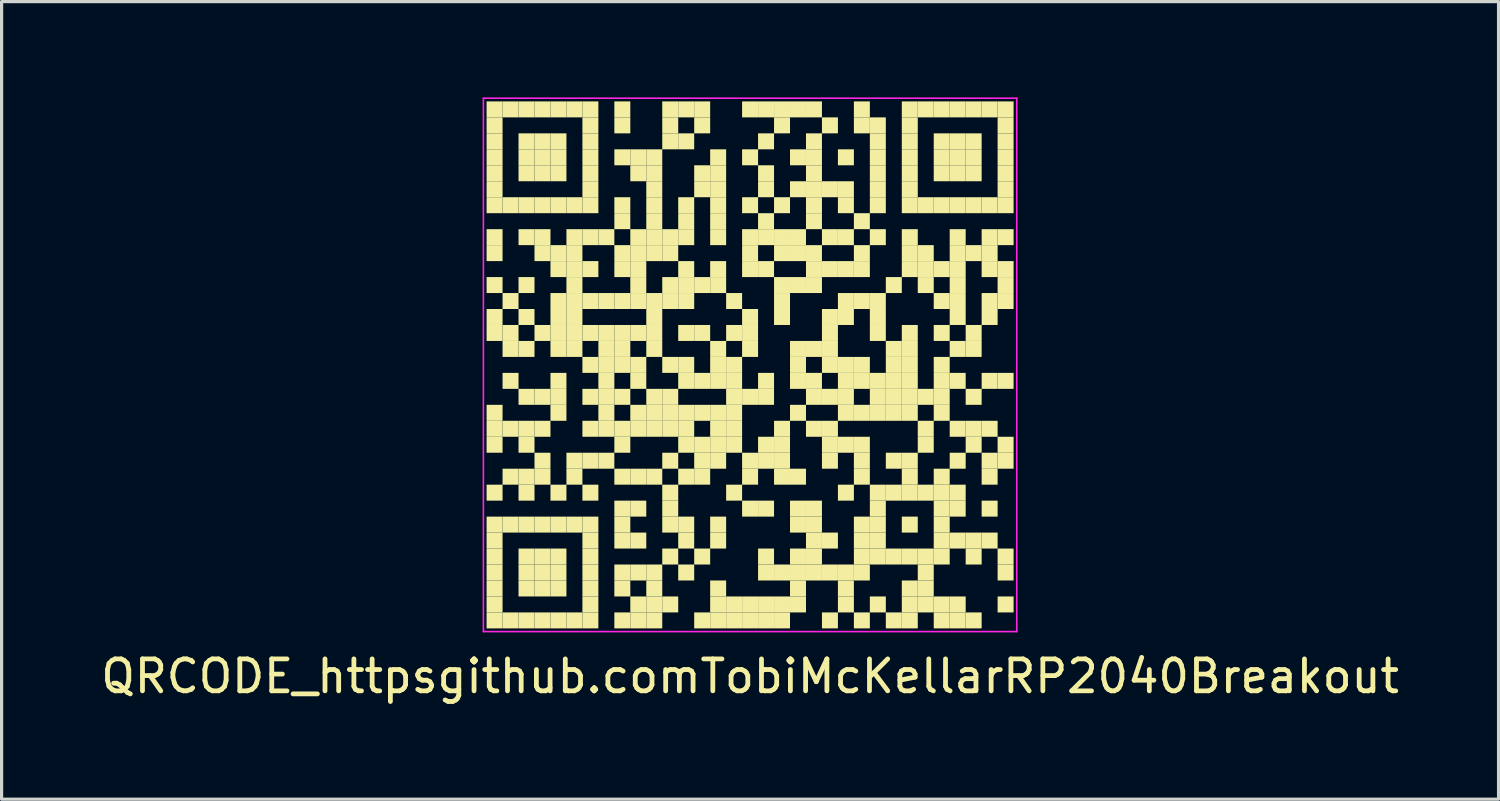
<source format=kicad_pcb>
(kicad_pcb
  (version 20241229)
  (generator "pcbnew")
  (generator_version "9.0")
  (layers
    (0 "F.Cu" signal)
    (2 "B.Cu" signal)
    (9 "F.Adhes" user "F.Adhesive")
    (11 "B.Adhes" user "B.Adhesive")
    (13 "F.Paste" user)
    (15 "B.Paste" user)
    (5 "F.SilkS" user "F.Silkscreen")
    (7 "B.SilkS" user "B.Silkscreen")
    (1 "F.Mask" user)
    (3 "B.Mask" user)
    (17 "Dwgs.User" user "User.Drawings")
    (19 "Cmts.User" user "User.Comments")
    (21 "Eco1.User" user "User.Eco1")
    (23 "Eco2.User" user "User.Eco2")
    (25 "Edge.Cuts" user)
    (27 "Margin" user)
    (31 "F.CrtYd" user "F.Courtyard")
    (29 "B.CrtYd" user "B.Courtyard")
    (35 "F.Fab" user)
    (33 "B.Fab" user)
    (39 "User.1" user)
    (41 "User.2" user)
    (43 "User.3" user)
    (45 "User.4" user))
  (footprint "QRCODE_httpsgithub.comTobiMcKellarRP2040Breakout"
    (layer "F.Cu")
    (at 20.435 8.375)
    (property "Reference" "QRCODE_httpsgithub.comTobiMcKellarRP2040Breakout" (at 0 9.75 0) (layer "F.SilkS") (effects (font (size 1 1) (thickness 0.15))))
    (fp_rect (start -8.25 -8.25) (end -7.75 -7.75) (stroke (width 0) (type default)) (fill yes) (layer "F.SilkS"))
    (fp_rect (start -8.25 -7.75) (end -7.75 -7.25) (stroke (width 0) (type default)) (fill yes) (layer "F.SilkS"))
    (fp_rect (start -8.25 -7.25) (end -7.75 -6.75) (stroke (width 0) (type default)) (fill yes) (layer "F.SilkS"))
    (fp_rect (start -8.25 -6.75) (end -7.75 -6.25) (stroke (width 0) (type default)) (fill yes) (layer "F.SilkS"))
    (fp_rect (start -8.25 -6.25) (end -7.75 -5.75) (stroke (width 0) (type default)) (fill yes) (layer "F.SilkS"))
    (fp_rect (start -8.25 -5.75) (end -7.75 -5.25) (stroke (width 0) (type default)) (fill yes) (layer "F.SilkS"))
    (fp_rect (start -8.25 -5.25) (end -7.75 -4.75) (stroke (width 0) (type default)) (fill yes) (layer "F.SilkS"))
    (fp_rect (start -8.25 -4.25) (end -7.75 -3.75) (stroke (width 0) (type default)) (fill yes) (layer "F.SilkS"))
    (fp_rect (start -8.25 -3.75) (end -7.75 -3.25) (stroke (width 0) (type default)) (fill yes) (layer "F.SilkS"))
    (fp_rect (start -8.25 -2.75) (end -7.75 -2.25) (stroke (width 0) (type default)) (fill yes) (layer "F.SilkS"))
    (fp_rect (start -8.25 -1.75) (end -7.75 -1.25) (stroke (width 0) (type default)) (fill yes) (layer "F.SilkS"))
    (fp_rect (start -8.25 -1.25) (end -7.75 -0.75) (stroke (width 0) (type default)) (fill yes) (layer "F.SilkS"))
    (fp_rect (start -8.25 1.25) (end -7.75 1.75) (stroke (width 0) (type default)) (fill yes) (layer "F.SilkS"))
    (fp_rect (start -8.25 1.75) (end -7.75 2.25) (stroke (width 0) (type default)) (fill yes) (layer "F.SilkS"))
    (fp_rect (start -8.25 2.25) (end -7.75 2.75) (stroke (width 0) (type default)) (fill yes) (layer "F.SilkS"))
    (fp_rect (start -8.25 3.75) (end -7.75 4.25) (stroke (width 0) (type default)) (fill yes) (layer "F.SilkS"))
    (fp_rect (start -8.25 4.75) (end -7.75 5.25) (stroke (width 0) (type default)) (fill yes) (layer "F.SilkS"))
    (fp_rect (start -8.25 5.25) (end -7.75 5.75) (stroke (width 0) (type default)) (fill yes) (layer "F.SilkS"))
    (fp_rect (start -8.25 5.75) (end -7.75 6.25) (stroke (width 0) (type default)) (fill yes) (layer "F.SilkS"))
    (fp_rect (start -8.25 6.25) (end -7.75 6.75) (stroke (width 0) (type default)) (fill yes) (layer "F.SilkS"))
    (fp_rect (start -8.25 6.75) (end -7.75 7.25) (stroke (width 0) (type default)) (fill yes) (layer "F.SilkS"))
    (fp_rect (start -8.25 7.25) (end -7.75 7.75) (stroke (width 0) (type default)) (fill yes) (layer "F.SilkS"))
    (fp_rect (start -8.25 7.75) (end -7.75 8.25) (stroke (width 0) (type default)) (fill yes) (layer "F.SilkS"))
    (fp_rect (start -7.75 -8.25) (end -7.25 -7.75) (stroke (width 0) (type default)) (fill yes) (layer "F.SilkS"))
    (fp_rect (start -7.75 -5.25) (end -7.25 -4.75) (stroke (width 0) (type default)) (fill yes) (layer "F.SilkS"))
    (fp_rect (start -7.75 -2.25) (end -7.25 -1.75) (stroke (width 0) (type default)) (fill yes) (layer "F.SilkS"))
    (fp_rect (start -7.75 -1.25) (end -7.25 -0.75) (stroke (width 0) (type default)) (fill yes) (layer "F.SilkS"))
    (fp_rect (start -7.75 -0.75) (end -7.25 -0.25) (stroke (width 0) (type default)) (fill yes) (layer "F.SilkS"))
    (fp_rect (start -7.75 0.25) (end -7.25 0.75) (stroke (width 0) (type default)) (fill yes) (layer "F.SilkS"))
    (fp_rect (start -7.75 1.75) (end -7.25 2.25) (stroke (width 0) (type default)) (fill yes) (layer "F.SilkS"))
    (fp_rect (start -7.75 3.25) (end -7.25 3.75) (stroke (width 0) (type default)) (fill yes) (layer "F.SilkS"))
    (fp_rect (start -7.75 4.75) (end -7.25 5.25) (stroke (width 0) (type default)) (fill yes) (layer "F.SilkS"))
    (fp_rect (start -7.75 7.75) (end -7.25 8.25) (stroke (width 0) (type default)) (fill yes) (layer "F.SilkS"))
    (fp_rect (start -7.25 -8.25) (end -6.75 -7.75) (stroke (width 0) (type default)) (fill yes) (layer "F.SilkS"))
    (fp_rect (start -7.25 -7.25) (end -6.75 -6.75) (stroke (width 0) (type default)) (fill yes) (layer "F.SilkS"))
    (fp_rect (start -7.25 -6.75) (end -6.75 -6.25) (stroke (width 0) (type default)) (fill yes) (layer "F.SilkS"))
    (fp_rect (start -7.25 -6.25) (end -6.75 -5.75) (stroke (width 0) (type default)) (fill yes) (layer "F.SilkS"))
    (fp_rect (start -7.25 -5.25) (end -6.75 -4.75) (stroke (width 0) (type default)) (fill yes) (layer "F.SilkS"))
    (fp_rect (start -7.25 -4.25) (end -6.75 -3.75) (stroke (width 0) (type default)) (fill yes) (layer "F.SilkS"))
    (fp_rect (start -7.25 -2.75) (end -6.75 -2.25) (stroke (width 0) (type default)) (fill yes) (layer "F.SilkS"))
    (fp_rect (start -7.25 -1.75) (end -6.75 -1.25) (stroke (width 0) (type default)) (fill yes) (layer "F.SilkS"))
    (fp_rect (start -7.25 -0.75) (end -6.75 -0.25) (stroke (width 0) (type default)) (fill yes) (layer "F.SilkS"))
    (fp_rect (start -7.25 0.75) (end -6.75 1.25) (stroke (width 0) (type default)) (fill yes) (layer "F.SilkS"))
    (fp_rect (start -7.25 1.75) (end -6.75 2.25) (stroke (width 0) (type default)) (fill yes) (layer "F.SilkS"))
    (fp_rect (start -7.25 2.25) (end -6.75 2.75) (stroke (width 0) (type default)) (fill yes) (layer "F.SilkS"))
    (fp_rect (start -7.25 3.25) (end -6.75 3.75) (stroke (width 0) (type default)) (fill yes) (layer "F.SilkS"))
    (fp_rect (start -7.25 3.75) (end -6.75 4.25) (stroke (width 0) (type default)) (fill yes) (layer "F.SilkS"))
    (fp_rect (start -7.25 4.75) (end -6.75 5.25) (stroke (width 0) (type default)) (fill yes) (layer "F.SilkS"))
    (fp_rect (start -7.25 5.75) (end -6.75 6.25) (stroke (width 0) (type default)) (fill yes) (layer "F.SilkS"))
    (fp_rect (start -7.25 6.25) (end -6.75 6.75) (stroke (width 0) (type default)) (fill yes) (layer "F.SilkS"))
    (fp_rect (start -7.25 6.75) (end -6.75 7.25) (stroke (width 0) (type default)) (fill yes) (layer "F.SilkS"))
    (fp_rect (start -7.25 7.75) (end -6.75 8.25) (stroke (width 0) (type default)) (fill yes) (layer "F.SilkS"))
    (fp_rect (start -6.75 -8.25) (end -6.25 -7.75) (stroke (width 0) (type default)) (fill yes) (layer "F.SilkS"))
    (fp_rect (start -6.75 -7.25) (end -6.25 -6.75) (stroke (width 0) (type default)) (fill yes) (layer "F.SilkS"))
    (fp_rect (start -6.75 -6.75) (end -6.25 -6.25) (stroke (width 0) (type default)) (fill yes) (layer "F.SilkS"))
    (fp_rect (start -6.75 -6.25) (end -6.25 -5.75) (stroke (width 0) (type default)) (fill yes) (layer "F.SilkS"))
    (fp_rect (start -6.75 -5.25) (end -6.25 -4.75) (stroke (width 0) (type default)) (fill yes) (layer "F.SilkS"))
    (fp_rect (start -6.75 -4.25) (end -6.25 -3.75) (stroke (width 0) (type default)) (fill yes) (layer "F.SilkS"))
    (fp_rect (start -6.75 -3.75) (end -6.25 -3.25) (stroke (width 0) (type default)) (fill yes) (layer "F.SilkS"))
    (fp_rect (start -6.75 -1.25) (end -6.25 -0.75) (stroke (width 0) (type default)) (fill yes) (layer "F.SilkS"))
    (fp_rect (start -6.75 0.75) (end -6.25 1.25) (stroke (width 0) (type default)) (fill yes) (layer "F.SilkS"))
    (fp_rect (start -6.75 1.75) (end -6.25 2.25) (stroke (width 0) (type default)) (fill yes) (layer "F.SilkS"))
    (fp_rect (start -6.75 2.75) (end -6.25 3.25) (stroke (width 0) (type default)) (fill yes) (layer "F.SilkS"))
    (fp_rect (start -6.75 3.25) (end -6.25 3.75) (stroke (width 0) (type default)) (fill yes) (layer "F.SilkS"))
    (fp_rect (start -6.75 4.75) (end -6.25 5.25) (stroke (width 0) (type default)) (fill yes) (layer "F.SilkS"))
    (fp_rect (start -6.75 5.75) (end -6.25 6.25) (stroke (width 0) (type default)) (fill yes) (layer "F.SilkS"))
    (fp_rect (start -6.75 6.25) (end -6.25 6.75) (stroke (width 0) (type default)) (fill yes) (layer "F.SilkS"))
    (fp_rect (start -6.75 6.75) (end -6.25 7.25) (stroke (width 0) (type default)) (fill yes) (layer "F.SilkS"))
    (fp_rect (start -6.75 7.75) (end -6.25 8.25) (stroke (width 0) (type default)) (fill yes) (layer "F.SilkS"))
    (fp_rect (start -6.25 -8.25) (end -5.75 -7.75) (stroke (width 0) (type default)) (fill yes) (layer "F.SilkS"))
    (fp_rect (start -6.25 -7.25) (end -5.75 -6.75) (stroke (width 0) (type default)) (fill yes) (layer "F.SilkS"))
    (fp_rect (start -6.25 -6.75) (end -5.75 -6.25) (stroke (width 0) (type default)) (fill yes) (layer "F.SilkS"))
    (fp_rect (start -6.25 -6.25) (end -5.75 -5.75) (stroke (width 0) (type default)) (fill yes) (layer "F.SilkS"))
    (fp_rect (start -6.25 -5.25) (end -5.75 -4.75) (stroke (width 0) (type default)) (fill yes) (layer "F.SilkS"))
    (fp_rect (start -6.25 -3.75) (end -5.75 -3.25) (stroke (width 0) (type default)) (fill yes) (layer "F.SilkS"))
    (fp_rect (start -6.25 -3.25) (end -5.75 -2.75) (stroke (width 0) (type default)) (fill yes) (layer "F.SilkS"))
    (fp_rect (start -6.25 -2.25) (end -5.75 -1.75) (stroke (width 0) (type default)) (fill yes) (layer "F.SilkS"))
    (fp_rect (start -6.25 -1.75) (end -5.75 -1.25) (stroke (width 0) (type default)) (fill yes) (layer "F.SilkS"))
    (fp_rect (start -6.25 -1.25) (end -5.75 -0.75) (stroke (width 0) (type default)) (fill yes) (layer "F.SilkS"))
    (fp_rect (start -6.25 -0.75) (end -5.75 -0.25) (stroke (width 0) (type default)) (fill yes) (layer "F.SilkS"))
    (fp_rect (start -6.25 0.25) (end -5.75 0.75) (stroke (width 0) (type default)) (fill yes) (layer "F.SilkS"))
    (fp_rect (start -6.25 0.75) (end -5.75 1.25) (stroke (width 0) (type default)) (fill yes) (layer "F.SilkS"))
    (fp_rect (start -6.25 1.25) (end -5.75 1.75) (stroke (width 0) (type default)) (fill yes) (layer "F.SilkS"))
    (fp_rect (start -6.25 3.75) (end -5.75 4.25) (stroke (width 0) (type default)) (fill yes) (layer "F.SilkS"))
    (fp_rect (start -6.25 4.75) (end -5.75 5.25) (stroke (width 0) (type default)) (fill yes) (layer "F.SilkS"))
    (fp_rect (start -6.25 5.75) (end -5.75 6.25) (stroke (width 0) (type default)) (fill yes) (layer "F.SilkS"))
    (fp_rect (start -6.25 6.25) (end -5.75 6.75) (stroke (width 0) (type default)) (fill yes) (layer "F.SilkS"))
    (fp_rect (start -6.25 6.75) (end -5.75 7.25) (stroke (width 0) (type default)) (fill yes) (layer "F.SilkS"))
    (fp_rect (start -6.25 7.75) (end -5.75 8.25) (stroke (width 0) (type default)) (fill yes) (layer "F.SilkS"))
    (fp_rect (start -5.75 -8.25) (end -5.25 -7.75) (stroke (width 0) (type default)) (fill yes) (layer "F.SilkS"))
    (fp_rect (start -5.75 -5.25) (end -5.25 -4.75) (stroke (width 0) (type default)) (fill yes) (layer "F.SilkS"))
    (fp_rect (start -5.75 -4.25) (end -5.25 -3.75) (stroke (width 0) (type default)) (fill yes) (layer "F.SilkS"))
    (fp_rect (start -5.75 -3.75) (end -5.25 -3.25) (stroke (width 0) (type default)) (fill yes) (layer "F.SilkS"))
    (fp_rect (start -5.75 -3.25) (end -5.25 -2.75) (stroke (width 0) (type default)) (fill yes) (layer "F.SilkS"))
    (fp_rect (start -5.75 -2.75) (end -5.25 -2.25) (stroke (width 0) (type default)) (fill yes) (layer "F.SilkS"))
    (fp_rect (start -5.75 -2.25) (end -5.25 -1.75) (stroke (width 0) (type default)) (fill yes) (layer "F.SilkS"))
    (fp_rect (start -5.75 -1.75) (end -5.25 -1.25) (stroke (width 0) (type default)) (fill yes) (layer "F.SilkS"))
    (fp_rect (start -5.75 -1.25) (end -5.25 -0.75) (stroke (width 0) (type default)) (fill yes) (layer "F.SilkS"))
    (fp_rect (start -5.75 -0.75) (end -5.25 -0.25) (stroke (width 0) (type default)) (fill yes) (layer "F.SilkS"))
    (fp_rect (start -5.75 2.75) (end -5.25 3.25) (stroke (width 0) (type default)) (fill yes) (layer "F.SilkS"))
    (fp_rect (start -5.75 3.25) (end -5.25 3.75) (stroke (width 0) (type default)) (fill yes) (layer "F.SilkS"))
    (fp_rect (start -5.75 4.75) (end -5.25 5.25) (stroke (width 0) (type default)) (fill yes) (layer "F.SilkS"))
    (fp_rect (start -5.75 7.75) (end -5.25 8.25) (stroke (width 0) (type default)) (fill yes) (layer "F.SilkS"))
    (fp_rect (start -5.25 -8.25) (end -4.75 -7.75) (stroke (width 0) (type default)) (fill yes) (layer "F.SilkS"))
    (fp_rect (start -5.25 -7.75) (end -4.75 -7.25) (stroke (width 0) (type default)) (fill yes) (layer "F.SilkS"))
    (fp_rect (start -5.25 -7.25) (end -4.75 -6.75) (stroke (width 0) (type default)) (fill yes) (layer "F.SilkS"))
    (fp_rect (start -5.25 -6.75) (end -4.75 -6.25) (stroke (width 0) (type default)) (fill yes) (layer "F.SilkS"))
    (fp_rect (start -5.25 -6.25) (end -4.75 -5.75) (stroke (width 0) (type default)) (fill yes) (layer "F.SilkS"))
    (fp_rect (start -5.25 -5.75) (end -4.75 -5.25) (stroke (width 0) (type default)) (fill yes) (layer "F.SilkS"))
    (fp_rect (start -5.25 -5.25) (end -4.75 -4.75) (stroke (width 0) (type default)) (fill yes) (layer "F.SilkS"))
    (fp_rect (start -5.25 -4.25) (end -4.75 -3.75) (stroke (width 0) (type default)) (fill yes) (layer "F.SilkS"))
    (fp_rect (start -5.25 -3.25) (end -4.75 -2.75) (stroke (width 0) (type default)) (fill yes) (layer "F.SilkS"))
    (fp_rect (start -5.25 -2.25) (end -4.75 -1.75) (stroke (width 0) (type default)) (fill yes) (layer "F.SilkS"))
    (fp_rect (start -5.25 -1.25) (end -4.75 -0.75) (stroke (width 0) (type default)) (fill yes) (layer "F.SilkS"))
    (fp_rect (start -5.25 -0.25) (end -4.75 0.25) (stroke (width 0) (type default)) (fill yes) (layer "F.SilkS"))
    (fp_rect (start -5.25 0.75) (end -4.75 1.25) (stroke (width 0) (type default)) (fill yes) (layer "F.SilkS"))
    (fp_rect (start -5.25 1.75) (end -4.75 2.25) (stroke (width 0) (type default)) (fill yes) (layer "F.SilkS"))
    (fp_rect (start -5.25 2.75) (end -4.75 3.25) (stroke (width 0) (type default)) (fill yes) (layer "F.SilkS"))
    (fp_rect (start -5.25 3.75) (end -4.75 4.25) (stroke (width 0) (type default)) (fill yes) (layer "F.SilkS"))
    (fp_rect (start -5.25 4.75) (end -4.75 5.25) (stroke (width 0) (type default)) (fill yes) (layer "F.SilkS"))
    (fp_rect (start -5.25 5.25) (end -4.75 5.75) (stroke (width 0) (type default)) (fill yes) (layer "F.SilkS"))
    (fp_rect (start -5.25 5.75) (end -4.75 6.25) (stroke (width 0) (type default)) (fill yes) (layer "F.SilkS"))
    (fp_rect (start -5.25 6.25) (end -4.75 6.75) (stroke (width 0) (type default)) (fill yes) (layer "F.SilkS"))
    (fp_rect (start -5.25 6.75) (end -4.75 7.25) (stroke (width 0) (type default)) (fill yes) (layer "F.SilkS"))
    (fp_rect (start -5.25 7.25) (end -4.75 7.75) (stroke (width 0) (type default)) (fill yes) (layer "F.SilkS"))
    (fp_rect (start -5.25 7.75) (end -4.75 8.25) (stroke (width 0) (type default)) (fill yes) (layer "F.SilkS"))
    (fp_rect (start -4.75 -4.25) (end -4.25 -3.75) (stroke (width 0) (type default)) (fill yes) (layer "F.SilkS"))
    (fp_rect (start -4.75 -2.25) (end -4.25 -1.75) (stroke (width 0) (type default)) (fill yes) (layer "F.SilkS"))
    (fp_rect (start -4.75 -1.25) (end -4.25 -0.75) (stroke (width 0) (type default)) (fill yes) (layer "F.SilkS"))
    (fp_rect (start -4.75 -0.75) (end -4.25 -0.25) (stroke (width 0) (type default)) (fill yes) (layer "F.SilkS"))
    (fp_rect (start -4.75 -0.25) (end -4.25 0.25) (stroke (width 0) (type default)) (fill yes) (layer "F.SilkS"))
    (fp_rect (start -4.75 0.25) (end -4.25 0.75) (stroke (width 0) (type default)) (fill yes) (layer "F.SilkS"))
    (fp_rect (start -4.75 0.75) (end -4.25 1.25) (stroke (width 0) (type default)) (fill yes) (layer "F.SilkS"))
    (fp_rect (start -4.75 1.25) (end -4.25 1.75) (stroke (width 0) (type default)) (fill yes) (layer "F.SilkS"))
    (fp_rect (start -4.75 1.75) (end -4.25 2.25) (stroke (width 0) (type default)) (fill yes) (layer "F.SilkS"))
    (fp_rect (start -4.75 2.75) (end -4.25 3.25) (stroke (width 0) (type default)) (fill yes) (layer "F.SilkS"))
    (fp_rect (start -4.25 -8.25) (end -3.75 -7.75) (stroke (width 0) (type default)) (fill yes) (layer "F.SilkS"))
    (fp_rect (start -4.25 -7.75) (end -3.75 -7.25) (stroke (width 0) (type default)) (fill yes) (layer "F.SilkS"))
    (fp_rect (start -4.25 -6.75) (end -3.75 -6.25) (stroke (width 0) (type default)) (fill yes) (layer "F.SilkS"))
    (fp_rect (start -4.25 -5.25) (end -3.75 -4.75) (stroke (width 0) (type default)) (fill yes) (layer "F.SilkS"))
    (fp_rect (start -4.25 -4.75) (end -3.75 -4.25) (stroke (width 0) (type default)) (fill yes) (layer "F.SilkS"))
    (fp_rect (start -4.25 -3.75) (end -3.75 -3.25) (stroke (width 0) (type default)) (fill yes) (layer "F.SilkS"))
    (fp_rect (start -4.25 -3.25) (end -3.75 -2.75) (stroke (width 0) (type default)) (fill yes) (layer "F.SilkS"))
    (fp_rect (start -4.25 -2.25) (end -3.75 -1.75) (stroke (width 0) (type default)) (fill yes) (layer "F.SilkS"))
    (fp_rect (start -4.25 -1.25) (end -3.75 -0.75) (stroke (width 0) (type default)) (fill yes) (layer "F.SilkS"))
    (fp_rect (start -4.25 -0.75) (end -3.75 -0.25) (stroke (width 0) (type default)) (fill yes) (layer "F.SilkS"))
    (fp_rect (start -4.25 -0.25) (end -3.75 0.25) (stroke (width 0) (type default)) (fill yes) (layer "F.SilkS"))
    (fp_rect (start -4.25 0.75) (end -3.75 1.25) (stroke (width 0) (type default)) (fill yes) (layer "F.SilkS"))
    (fp_rect (start -4.25 1.75) (end -3.75 2.25) (stroke (width 0) (type default)) (fill yes) (layer "F.SilkS"))
    (fp_rect (start -4.25 2.25) (end -3.75 2.75) (stroke (width 0) (type default)) (fill yes) (layer "F.SilkS"))
    (fp_rect (start -4.25 3.25) (end -3.75 3.75) (stroke (width 0) (type default)) (fill yes) (layer "F.SilkS"))
    (fp_rect (start -4.25 4.25) (end -3.75 4.75) (stroke (width 0) (type default)) (fill yes) (layer "F.SilkS"))
    (fp_rect (start -4.25 4.75) (end -3.75 5.25) (stroke (width 0) (type default)) (fill yes) (layer "F.SilkS"))
    (fp_rect (start -4.25 5.25) (end -3.75 5.75) (stroke (width 0) (type default)) (fill yes) (layer "F.SilkS"))
    (fp_rect (start -4.25 6.25) (end -3.75 6.75) (stroke (width 0) (type default)) (fill yes) (layer "F.SilkS"))
    (fp_rect (start -4.25 6.75) (end -3.75 7.25) (stroke (width 0) (type default)) (fill yes) (layer "F.SilkS"))
    (fp_rect (start -4.25 7.75) (end -3.75 8.25) (stroke (width 0) (type default)) (fill yes) (layer "F.SilkS"))
    (fp_rect (start -3.75 -6.75) (end -3.25 -6.25) (stroke (width 0) (type default)) (fill yes) (layer "F.SilkS"))
    (fp_rect (start -3.75 -6.25) (end -3.25 -5.75) (stroke (width 0) (type default)) (fill yes) (layer "F.SilkS"))
    (fp_rect (start -3.75 -4.25) (end -3.25 -3.75) (stroke (width 0) (type default)) (fill yes) (layer "F.SilkS"))
    (fp_rect (start -3.75 -3.75) (end -3.25 -3.25) (stroke (width 0) (type default)) (fill yes) (layer "F.SilkS"))
    (fp_rect (start -3.75 -3.25) (end -3.25 -2.75) (stroke (width 0) (type default)) (fill yes) (layer "F.SilkS"))
    (fp_rect (start -3.75 -2.75) (end -3.25 -2.25) (stroke (width 0) (type default)) (fill yes) (layer "F.SilkS"))
    (fp_rect (start -3.75 -2.25) (end -3.25 -1.75) (stroke (width 0) (type default)) (fill yes) (layer "F.SilkS"))
    (fp_rect (start -3.75 -1.25) (end -3.25 -0.75) (stroke (width 0) (type default)) (fill yes) (layer "F.SilkS"))
    (fp_rect (start -3.75 -0.25) (end -3.25 0.25) (stroke (width 0) (type default)) (fill yes) (layer "F.SilkS"))
    (fp_rect (start -3.75 0.25) (end -3.25 0.75) (stroke (width 0) (type default)) (fill yes) (layer "F.SilkS"))
    (fp_rect (start -3.75 1.25) (end -3.25 1.75) (stroke (width 0) (type default)) (fill yes) (layer "F.SilkS"))
    (fp_rect (start -3.75 1.75) (end -3.25 2.25) (stroke (width 0) (type default)) (fill yes) (layer "F.SilkS"))
    (fp_rect (start -3.75 3.25) (end -3.25 3.75) (stroke (width 0) (type default)) (fill yes) (layer "F.SilkS"))
    (fp_rect (start -3.75 4.25) (end -3.25 4.75) (stroke (width 0) (type default)) (fill yes) (layer "F.SilkS"))
    (fp_rect (start -3.75 5.25) (end -3.25 5.75) (stroke (width 0) (type default)) (fill yes) (layer "F.SilkS"))
    (fp_rect (start -3.75 6.25) (end -3.25 6.75) (stroke (width 0) (type default)) (fill yes) (layer "F.SilkS"))
    (fp_rect (start -3.75 7.25) (end -3.25 7.75) (stroke (width 0) (type default)) (fill yes) (layer "F.SilkS"))
    (fp_rect (start -3.75 7.75) (end -3.25 8.25) (stroke (width 0) (type default)) (fill yes) (layer "F.SilkS"))
    (fp_rect (start -3.25 -6.75) (end -2.75 -6.25) (stroke (width 0) (type default)) (fill yes) (layer "F.SilkS"))
    (fp_rect (start -3.25 -6.25) (end -2.75 -5.75) (stroke (width 0) (type default)) (fill yes) (layer "F.SilkS"))
    (fp_rect (start -3.25 -5.75) (end -2.75 -5.25) (stroke (width 0) (type default)) (fill yes) (layer "F.SilkS"))
    (fp_rect (start -3.25 -5.25) (end -2.75 -4.75) (stroke (width 0) (type default)) (fill yes) (layer "F.SilkS"))
    (fp_rect (start -3.25 -4.75) (end -2.75 -4.25) (stroke (width 0) (type default)) (fill yes) (layer "F.SilkS"))
    (fp_rect (start -3.25 -4.25) (end -2.75 -3.75) (stroke (width 0) (type default)) (fill yes) (layer "F.SilkS"))
    (fp_rect (start -3.25 -3.75) (end -2.75 -3.25) (stroke (width 0) (type default)) (fill yes) (layer "F.SilkS"))
    (fp_rect (start -3.25 -2.25) (end -2.75 -1.75) (stroke (width 0) (type default)) (fill yes) (layer "F.SilkS"))
    (fp_rect (start -3.25 -1.75) (end -2.75 -1.25) (stroke (width 0) (type default)) (fill yes) (layer "F.SilkS"))
    (fp_rect (start -3.25 -1.25) (end -2.75 -0.75) (stroke (width 0) (type default)) (fill yes) (layer "F.SilkS"))
    (fp_rect (start -3.25 -0.75) (end -2.75 -0.25) (stroke (width 0) (type default)) (fill yes) (layer "F.SilkS"))
    (fp_rect (start -3.25 0.75) (end -2.75 1.25) (stroke (width 0) (type default)) (fill yes) (layer "F.SilkS"))
    (fp_rect (start -3.25 1.25) (end -2.75 1.75) (stroke (width 0) (type default)) (fill yes) (layer "F.SilkS"))
    (fp_rect (start -3.25 1.75) (end -2.75 2.25) (stroke (width 0) (type default)) (fill yes) (layer "F.SilkS"))
    (fp_rect (start -3.25 3.25) (end -2.75 3.75) (stroke (width 0) (type default)) (fill yes) (layer "F.SilkS"))
    (fp_rect (start -3.25 6.25) (end -2.75 6.75) (stroke (width 0) (type default)) (fill yes) (layer "F.SilkS"))
    (fp_rect (start -3.25 6.75) (end -2.75 7.25) (stroke (width 0) (type default)) (fill yes) (layer "F.SilkS"))
    (fp_rect (start -3.25 7.25) (end -2.75 7.75) (stroke (width 0) (type default)) (fill yes) (layer "F.SilkS"))
    (fp_rect (start -3.25 7.75) (end -2.75 8.25) (stroke (width 0) (type default)) (fill yes) (layer "F.SilkS"))
    (fp_rect (start -2.75 -8.25) (end -2.25 -7.75) (stroke (width 0) (type default)) (fill yes) (layer "F.SilkS"))
    (fp_rect (start -2.75 -7.75) (end -2.25 -7.25) (stroke (width 0) (type default)) (fill yes) (layer "F.SilkS"))
    (fp_rect (start -2.75 -7.25) (end -2.25 -6.75) (stroke (width 0) (type default)) (fill yes) (layer "F.SilkS"))
    (fp_rect (start -2.75 -4.25) (end -2.25 -3.75) (stroke (width 0) (type default)) (fill yes) (layer "F.SilkS"))
    (fp_rect (start -2.75 -3.75) (end -2.25 -3.25) (stroke (width 0) (type default)) (fill yes) (layer "F.SilkS"))
    (fp_rect (start -2.75 -2.75) (end -2.25 -2.25) (stroke (width 0) (type default)) (fill yes) (layer "F.SilkS"))
    (fp_rect (start -2.75 -2.25) (end -2.25 -1.75) (stroke (width 0) (type default)) (fill yes) (layer "F.SilkS"))
    (fp_rect (start -2.75 -0.25) (end -2.25 0.25) (stroke (width 0) (type default)) (fill yes) (layer "F.SilkS"))
    (fp_rect (start -2.75 0.75) (end -2.25 1.25) (stroke (width 0) (type default)) (fill yes) (layer "F.SilkS"))
    (fp_rect (start -2.75 1.25) (end -2.25 1.75) (stroke (width 0) (type default)) (fill yes) (layer "F.SilkS"))
    (fp_rect (start -2.75 1.75) (end -2.25 2.25) (stroke (width 0) (type default)) (fill yes) (layer "F.SilkS"))
    (fp_rect (start -2.75 2.75) (end -2.25 3.25) (stroke (width 0) (type default)) (fill yes) (layer "F.SilkS"))
    (fp_rect (start -2.75 3.75) (end -2.25 4.25) (stroke (width 0) (type default)) (fill yes) (layer "F.SilkS"))
    (fp_rect (start -2.75 4.25) (end -2.25 4.75) (stroke (width 0) (type default)) (fill yes) (layer "F.SilkS"))
    (fp_rect (start -2.75 4.75) (end -2.25 5.25) (stroke (width 0) (type default)) (fill yes) (layer "F.SilkS"))
    (fp_rect (start -2.75 5.75) (end -2.25 6.25) (stroke (width 0) (type default)) (fill yes) (layer "F.SilkS"))
    (fp_rect (start -2.75 7.25) (end -2.25 7.75) (stroke (width 0) (type default)) (fill yes) (layer "F.SilkS"))
    (fp_rect (start -2.25 -8.25) (end -1.75 -7.75) (stroke (width 0) (type default)) (fill yes) (layer "F.SilkS"))
    (fp_rect (start -2.25 -7.25) (end -1.75 -6.75) (stroke (width 0) (type default)) (fill yes) (layer "F.SilkS"))
    (fp_rect (start -2.25 -5.25) (end -1.75 -4.75) (stroke (width 0) (type default)) (fill yes) (layer "F.SilkS"))
    (fp_rect (start -2.25 -4.75) (end -1.75 -4.25) (stroke (width 0) (type default)) (fill yes) (layer "F.SilkS"))
    (fp_rect (start -2.25 -4.25) (end -1.75 -3.75) (stroke (width 0) (type default)) (fill yes) (layer "F.SilkS"))
    (fp_rect (start -2.25 -3.25) (end -1.75 -2.75) (stroke (width 0) (type default)) (fill yes) (layer "F.SilkS"))
    (fp_rect (start -2.25 -2.75) (end -1.75 -2.25) (stroke (width 0) (type default)) (fill yes) (layer "F.SilkS"))
    (fp_rect (start -2.25 -2.25) (end -1.75 -1.75) (stroke (width 0) (type default)) (fill yes) (layer "F.SilkS"))
    (fp_rect (start -2.25 -1.25) (end -1.75 -0.75) (stroke (width 0) (type default)) (fill yes) (layer "F.SilkS"))
    (fp_rect (start -2.25 -0.25) (end -1.75 0.25) (stroke (width 0) (type default)) (fill yes) (layer "F.SilkS"))
    (fp_rect (start -2.25 0.25) (end -1.75 0.75) (stroke (width 0) (type default)) (fill yes) (layer "F.SilkS"))
    (fp_rect (start -2.25 1.25) (end -1.75 1.75) (stroke (width 0) (type default)) (fill yes) (layer "F.SilkS"))
    (fp_rect (start -2.25 1.75) (end -1.75 2.25) (stroke (width 0) (type default)) (fill yes) (layer "F.SilkS"))
    (fp_rect (start -2.25 2.25) (end -1.75 2.75) (stroke (width 0) (type default)) (fill yes) (layer "F.SilkS"))
    (fp_rect (start -2.25 3.25) (end -1.75 3.75) (stroke (width 0) (type default)) (fill yes) (layer "F.SilkS"))
    (fp_rect (start -2.25 4.75) (end -1.75 5.25) (stroke (width 0) (type default)) (fill yes) (layer "F.SilkS"))
    (fp_rect (start -2.25 5.25) (end -1.75 5.75) (stroke (width 0) (type default)) (fill yes) (layer "F.SilkS"))
    (fp_rect (start -2.25 6.25) (end -1.75 6.75) (stroke (width 0) (type default)) (fill yes) (layer "F.SilkS"))
    (fp_rect (start -1.75 -8.25) (end -1.25 -7.75) (stroke (width 0) (type default)) (fill yes) (layer "F.SilkS"))
    (fp_rect (start -1.75 -7.75) (end -1.25 -7.25) (stroke (width 0) (type default)) (fill yes) (layer "F.SilkS"))
    (fp_rect (start -1.75 -6.25) (end -1.25 -5.75) (stroke (width 0) (type default)) (fill yes) (layer "F.SilkS"))
    (fp_rect (start -1.75 -5.75) (end -1.25 -5.25) (stroke (width 0) (type default)) (fill yes) (layer "F.SilkS"))
    (fp_rect (start -1.75 -2.75) (end -1.25 -2.25) (stroke (width 0) (type default)) (fill yes) (layer "F.SilkS"))
    (fp_rect (start -1.75 -1.25) (end -1.25 -0.75) (stroke (width 0) (type default)) (fill yes) (layer "F.SilkS"))
    (fp_rect (start -1.75 0.25) (end -1.25 0.75) (stroke (width 0) (type default)) (fill yes) (layer "F.SilkS"))
    (fp_rect (start -1.75 1.25) (end -1.25 1.75) (stroke (width 0) (type default)) (fill yes) (layer "F.SilkS"))
    (fp_rect (start -1.75 2.25) (end -1.25 2.75) (stroke (width 0) (type default)) (fill yes) (layer "F.SilkS"))
    (fp_rect (start -1.75 2.75) (end -1.25 3.25) (stroke (width 0) (type default)) (fill yes) (layer "F.SilkS"))
    (fp_rect (start -1.75 3.25) (end -1.25 3.75) (stroke (width 0) (type default)) (fill yes) (layer "F.SilkS"))
    (fp_rect (start -1.75 5.75) (end -1.25 6.25) (stroke (width 0) (type default)) (fill yes) (layer "F.SilkS"))
    (fp_rect (start -1.75 7.75) (end -1.25 8.25) (stroke (width 0) (type default)) (fill yes) (layer "F.SilkS"))
    (fp_rect (start -1.25 -6.75) (end -0.75 -6.25) (stroke (width 0) (type default)) (fill yes) (layer "F.SilkS"))
    (fp_rect (start -1.25 -6.25) (end -0.75 -5.75) (stroke (width 0) (type default)) (fill yes) (layer "F.SilkS"))
    (fp_rect (start -1.25 -5.75) (end -0.75 -5.25) (stroke (width 0) (type default)) (fill yes) (layer "F.SilkS"))
    (fp_rect (start -1.25 -5.25) (end -0.75 -4.75) (stroke (width 0) (type default)) (fill yes) (layer "F.SilkS"))
    (fp_rect (start -1.25 -4.75) (end -0.75 -4.25) (stroke (width 0) (type default)) (fill yes) (layer "F.SilkS"))
    (fp_rect (start -1.25 -4.25) (end -0.75 -3.75) (stroke (width 0) (type default)) (fill yes) (layer "F.SilkS"))
    (fp_rect (start -1.25 -3.25) (end -0.75 -2.75) (stroke (width 0) (type default)) (fill yes) (layer "F.SilkS"))
    (fp_rect (start -1.25 -2.75) (end -0.75 -2.25) (stroke (width 0) (type default)) (fill yes) (layer "F.SilkS"))
    (fp_rect (start -1.25 -0.75) (end -0.75 -0.25) (stroke (width 0) (type default)) (fill yes) (layer "F.SilkS"))
    (fp_rect (start -1.25 -0.25) (end -0.75 0.25) (stroke (width 0) (type default)) (fill yes) (layer "F.SilkS"))
    (fp_rect (start -1.25 0.25) (end -0.75 0.75) (stroke (width 0) (type default)) (fill yes) (layer "F.SilkS"))
    (fp_rect (start -1.25 1.25) (end -0.75 1.75) (stroke (width 0) (type default)) (fill yes) (layer "F.SilkS"))
    (fp_rect (start -1.25 1.75) (end -0.75 2.25) (stroke (width 0) (type default)) (fill yes) (layer "F.SilkS"))
    (fp_rect (start -1.25 2.25) (end -0.75 2.75) (stroke (width 0) (type default)) (fill yes) (layer "F.SilkS"))
    (fp_rect (start -1.25 2.75) (end -0.75 3.25) (stroke (width 0) (type default)) (fill yes) (layer "F.SilkS"))
    (fp_rect (start -1.25 4.75) (end -0.75 5.25) (stroke (width 0) (type default)) (fill yes) (layer "F.SilkS"))
    (fp_rect (start -1.25 5.25) (end -0.75 5.75) (stroke (width 0) (type default)) (fill yes) (layer "F.SilkS"))
    (fp_rect (start -1.25 6.75) (end -0.75 7.25) (stroke (width 0) (type default)) (fill yes) (layer "F.SilkS"))
    (fp_rect (start -1.25 7.25) (end -0.75 7.75) (stroke (width 0) (type default)) (fill yes) (layer "F.SilkS"))
    (fp_rect (start -1.25 7.75) (end -0.75 8.25) (stroke (width 0) (type default)) (fill yes) (layer "F.SilkS"))
    (fp_rect (start -0.75 -2.25) (end -0.25 -1.75) (stroke (width 0) (type default)) (fill yes) (layer "F.SilkS"))
    (fp_rect (start -0.75 -1.25) (end -0.25 -0.75) (stroke (width 0) (type default)) (fill yes) (layer "F.SilkS"))
    (fp_rect (start -0.75 -0.25) (end -0.25 0.25) (stroke (width 0) (type default)) (fill yes) (layer "F.SilkS"))
    (fp_rect (start -0.75 0.25) (end -0.25 0.75) (stroke (width 0) (type default)) (fill yes) (layer "F.SilkS"))
    (fp_rect (start -0.75 0.75) (end -0.25 1.25) (stroke (width 0) (type default)) (fill yes) (layer "F.SilkS"))
    (fp_rect (start -0.75 1.25) (end -0.25 1.75) (stroke (width 0) (type default)) (fill yes) (layer "F.SilkS"))
    (fp_rect (start -0.75 1.75) (end -0.25 2.25) (stroke (width 0) (type default)) (fill yes) (layer "F.SilkS"))
    (fp_rect (start -0.75 2.25) (end -0.25 2.75) (stroke (width 0) (type default)) (fill yes) (layer "F.SilkS"))
    (fp_rect (start -0.75 3.75) (end -0.25 4.25) (stroke (width 0) (type default)) (fill yes) (layer "F.SilkS"))
    (fp_rect (start -0.75 7.25) (end -0.25 7.75) (stroke (width 0) (type default)) (fill yes) (layer "F.SilkS"))
    (fp_rect (start -0.75 7.75) (end -0.25 8.25) (stroke (width 0) (type default)) (fill yes) (layer "F.SilkS"))
    (fp_rect (start -0.25 -8.25) (end 0.25 -7.75) (stroke (width 0) (type default)) (fill yes) (layer "F.SilkS"))
    (fp_rect (start -0.25 -6.75) (end 0.25 -6.25) (stroke (width 0) (type default)) (fill yes) (layer "F.SilkS"))
    (fp_rect (start -0.25 -5.25) (end 0.25 -4.75) (stroke (width 0) (type default)) (fill yes) (layer "F.SilkS"))
    (fp_rect (start -0.25 -4.25) (end 0.25 -3.75) (stroke (width 0) (type default)) (fill yes) (layer "F.SilkS"))
    (fp_rect (start -0.25 -3.75) (end 0.25 -3.25) (stroke (width 0) (type default)) (fill yes) (layer "F.SilkS"))
    (fp_rect (start -0.25 -3.25) (end 0.25 -2.75) (stroke (width 0) (type default)) (fill yes) (layer "F.SilkS"))
    (fp_rect (start -0.25 -1.75) (end 0.25 -1.25) (stroke (width 0) (type default)) (fill yes) (layer "F.SilkS"))
    (fp_rect (start -0.25 -1.25) (end 0.25 -0.75) (stroke (width 0) (type default)) (fill yes) (layer "F.SilkS"))
    (fp_rect (start -0.25 -0.75) (end 0.25 -0.25) (stroke (width 0) (type default)) (fill yes) (layer "F.SilkS"))
    (fp_rect (start -0.25 0.75) (end 0.25 1.25) (stroke (width 0) (type default)) (fill yes) (layer "F.SilkS"))
    (fp_rect (start -0.25 2.75) (end 0.25 3.25) (stroke (width 0) (type default)) (fill yes) (layer "F.SilkS"))
    (fp_rect (start -0.25 3.25) (end 0.25 3.75) (stroke (width 0) (type default)) (fill yes) (layer "F.SilkS"))
    (fp_rect (start -0.25 4.25) (end 0.25 4.75) (stroke (width 0) (type default)) (fill yes) (layer "F.SilkS"))
    (fp_rect (start -0.25 7.25) (end 0.25 7.75) (stroke (width 0) (type default)) (fill yes) (layer "F.SilkS"))
    (fp_rect (start -0.25 7.75) (end 0.25 8.25) (stroke (width 0) (type default)) (fill yes) (layer "F.SilkS"))
    (fp_rect (start 0.25 -8.25) (end 0.75 -7.75) (stroke (width 0) (type default)) (fill yes) (layer "F.SilkS"))
    (fp_rect (start 0.25 -7.25) (end 0.75 -6.75) (stroke (width 0) (type default)) (fill yes) (layer "F.SilkS"))
    (fp_rect (start 0.25 -6.25) (end 0.75 -5.75) (stroke (width 0) (type default)) (fill yes) (layer "F.SilkS"))
    (fp_rect (start 0.25 -5.75) (end 0.75 -5.25) (stroke (width 0) (type default)) (fill yes) (layer "F.SilkS"))
    (fp_rect (start 0.25 -4.75) (end 0.75 -4.25) (stroke (width 0) (type default)) (fill yes) (layer "F.SilkS"))
    (fp_rect (start 0.25 -4.25) (end 0.75 -3.75) (stroke (width 0) (type default)) (fill yes) (layer "F.SilkS"))
    (fp_rect (start 0.25 -3.25) (end 0.75 -2.75) (stroke (width 0) (type default)) (fill yes) (layer "F.SilkS"))
    (fp_rect (start 0.25 0.25) (end 0.75 0.75) (stroke (width 0) (type default)) (fill yes) (layer "F.SilkS"))
    (fp_rect (start 0.25 0.75) (end 0.75 1.25) (stroke (width 0) (type default)) (fill yes) (layer "F.SilkS"))
    (fp_rect (start 0.25 2.25) (end 0.75 2.75) (stroke (width 0) (type default)) (fill yes) (layer "F.SilkS"))
    (fp_rect (start 0.25 2.75) (end 0.75 3.25) (stroke (width 0) (type default)) (fill yes) (layer "F.SilkS"))
    (fp_rect (start 0.25 4.25) (end 0.75 4.75) (stroke (width 0) (type default)) (fill yes) (layer "F.SilkS"))
    (fp_rect (start 0.25 5.75) (end 0.75 6.25) (stroke (width 0) (type default)) (fill yes) (layer "F.SilkS"))
    (fp_rect (start 0.25 6.25) (end 0.75 6.75) (stroke (width 0) (type default)) (fill yes) (layer "F.SilkS"))
    (fp_rect (start 0.25 7.25) (end 0.75 7.75) (stroke (width 0) (type default)) (fill yes) (layer "F.SilkS"))
    (fp_rect (start 0.25 7.75) (end 0.75 8.25) (stroke (width 0) (type default)) (fill yes) (layer "F.SilkS"))
    (fp_rect (start 0.75 -8.25) (end 1.25 -7.75) (stroke (width 0) (type default)) (fill yes) (layer "F.SilkS"))
    (fp_rect (start 0.75 -7.75) (end 1.25 -7.25) (stroke (width 0) (type default)) (fill yes) (layer "F.SilkS"))
    (fp_rect (start 0.75 -5.25) (end 1.25 -4.75) (stroke (width 0) (type default)) (fill yes) (layer "F.SilkS"))
    (fp_rect (start 0.75 -4.25) (end 1.25 -3.75) (stroke (width 0) (type default)) (fill yes) (layer "F.SilkS"))
    (fp_rect (start 0.75 -3.75) (end 1.25 -3.25) (stroke (width 0) (type default)) (fill yes) (layer "F.SilkS"))
    (fp_rect (start 0.75 -2.75) (end 1.25 -2.25) (stroke (width 0) (type default)) (fill yes) (layer "F.SilkS"))
    (fp_rect (start 0.75 -2.25) (end 1.25 -1.75) (stroke (width 0) (type default)) (fill yes) (layer "F.SilkS"))
    (fp_rect (start 0.75 -1.75) (end 1.25 -1.25) (stroke (width 0) (type default)) (fill yes) (layer "F.SilkS"))
    (fp_rect (start 0.75 1.75) (end 1.25 2.25) (stroke (width 0) (type default)) (fill yes) (layer "F.SilkS"))
    (fp_rect (start 0.75 2.25) (end 1.25 2.75) (stroke (width 0) (type default)) (fill yes) (layer "F.SilkS"))
    (fp_rect (start 0.75 2.75) (end 1.25 3.25) (stroke (width 0) (type default)) (fill yes) (layer "F.SilkS"))
    (fp_rect (start 0.75 3.25) (end 1.25 3.75) (stroke (width 0) (type default)) (fill yes) (layer "F.SilkS"))
    (fp_rect (start 0.75 6.25) (end 1.25 6.75) (stroke (width 0) (type default)) (fill yes) (layer "F.SilkS"))
    (fp_rect (start 0.75 7.25) (end 1.25 7.75) (stroke (width 0) (type default)) (fill yes) (layer "F.SilkS"))
    (fp_rect (start 0.75 7.75) (end 1.25 8.25) (stroke (width 0) (type default)) (fill yes) (layer "F.SilkS"))
    (fp_rect (start 1.25 -8.25) (end 1.75 -7.75) (stroke (width 0) (type default)) (fill yes) (layer "F.SilkS"))
    (fp_rect (start 1.25 -6.75) (end 1.75 -6.25) (stroke (width 0) (type default)) (fill yes) (layer "F.SilkS"))
    (fp_rect (start 1.25 -5.75) (end 1.75 -5.25) (stroke (width 0) (type default)) (fill yes) (layer "F.SilkS"))
    (fp_rect (start 1.25 -4.25) (end 1.75 -3.75) (stroke (width 0) (type default)) (fill yes) (layer "F.SilkS"))
    (fp_rect (start 1.25 -3.75) (end 1.75 -3.25) (stroke (width 0) (type default)) (fill yes) (layer "F.SilkS"))
    (fp_rect (start 1.25 -2.75) (end 1.75 -2.25) (stroke (width 0) (type default)) (fill yes) (layer "F.SilkS"))
    (fp_rect (start 1.25 -0.75) (end 1.75 -0.25) (stroke (width 0) (type default)) (fill yes) (layer "F.SilkS"))
    (fp_rect (start 1.25 -0.25) (end 1.75 0.25) (stroke (width 0) (type default)) (fill yes) (layer "F.SilkS"))
    (fp_rect (start 1.25 0.25) (end 1.75 0.75) (stroke (width 0) (type default)) (fill yes) (layer "F.SilkS"))
    (fp_rect (start 1.25 1.25) (end 1.75 1.75) (stroke (width 0) (type default)) (fill yes) (layer "F.SilkS"))
    (fp_rect (start 1.25 3.25) (end 1.75 3.75) (stroke (width 0) (type default)) (fill yes) (layer "F.SilkS"))
    (fp_rect (start 1.25 4.25) (end 1.75 4.75) (stroke (width 0) (type default)) (fill yes) (layer "F.SilkS"))
    (fp_rect (start 1.25 4.75) (end 1.75 5.25) (stroke (width 0) (type default)) (fill yes) (layer "F.SilkS"))
    (fp_rect (start 1.25 5.75) (end 1.75 6.25) (stroke (width 0) (type default)) (fill yes) (layer "F.SilkS"))
    (fp_rect (start 1.25 6.25) (end 1.75 6.75) (stroke (width 0) (type default)) (fill yes) (layer "F.SilkS"))
    (fp_rect (start 1.25 6.75) (end 1.75 7.25) (stroke (width 0) (type default)) (fill yes) (layer "F.SilkS"))
    (fp_rect (start 1.25 7.25) (end 1.75 7.75) (stroke (width 0) (type default)) (fill yes) (layer "F.SilkS"))
    (fp_rect (start 1.75 -8.25) (end 2.25 -7.75) (stroke (width 0) (type default)) (fill yes) (layer "F.SilkS"))
    (fp_rect (start 1.75 -7.25) (end 2.25 -6.75) (stroke (width 0) (type default)) (fill yes) (layer "F.SilkS"))
    (fp_rect (start 1.75 -6.75) (end 2.25 -6.25) (stroke (width 0) (type default)) (fill yes) (layer "F.SilkS"))
    (fp_rect (start 1.75 -6.25) (end 2.25 -5.75) (stroke (width 0) (type default)) (fill yes) (layer "F.SilkS"))
    (fp_rect (start 1.75 -5.75) (end 2.25 -5.25) (stroke (width 0) (type default)) (fill yes) (layer "F.SilkS"))
    (fp_rect (start 1.75 -5.25) (end 2.25 -4.75) (stroke (width 0) (type default)) (fill yes) (layer "F.SilkS"))
    (fp_rect (start 1.75 -4.75) (end 2.25 -4.25) (stroke (width 0) (type default)) (fill yes) (layer "F.SilkS"))
    (fp_rect (start 1.75 -3.75) (end 2.25 -3.25) (stroke (width 0) (type default)) (fill yes) (layer "F.SilkS"))
    (fp_rect (start 1.75 -3.25) (end 2.25 -2.75) (stroke (width 0) (type default)) (fill yes) (layer "F.SilkS"))
    (fp_rect (start 1.75 -2.75) (end 2.25 -2.25) (stroke (width 0) (type default)) (fill yes) (layer "F.SilkS"))
    (fp_rect (start 1.75 -0.75) (end 2.25 -0.25) (stroke (width 0) (type default)) (fill yes) (layer "F.SilkS"))
    (fp_rect (start 1.75 0.25) (end 2.25 0.75) (stroke (width 0) (type default)) (fill yes) (layer "F.SilkS"))
    (fp_rect (start 1.75 0.75) (end 2.25 1.25) (stroke (width 0) (type default)) (fill yes) (layer "F.SilkS"))
    (fp_rect (start 1.75 1.75) (end 2.25 2.25) (stroke (width 0) (type default)) (fill yes) (layer "F.SilkS"))
    (fp_rect (start 1.75 4.25) (end 2.25 4.75) (stroke (width 0) (type default)) (fill yes) (layer "F.SilkS"))
    (fp_rect (start 1.75 4.75) (end 2.25 5.25) (stroke (width 0) (type default)) (fill yes) (layer "F.SilkS"))
    (fp_rect (start 1.75 5.25) (end 2.25 5.75) (stroke (width 0) (type default)) (fill yes) (layer "F.SilkS"))
    (fp_rect (start 1.75 5.75) (end 2.25 6.25) (stroke (width 0) (type default)) (fill yes) (layer "F.SilkS"))
    (fp_rect (start 1.75 6.25) (end 2.25 6.75) (stroke (width 0) (type default)) (fill yes) (layer "F.SilkS"))
    (fp_rect (start 2.25 -7.75) (end 2.75 -7.25) (stroke (width 0) (type default)) (fill yes) (layer "F.SilkS"))
    (fp_rect (start 2.25 -5.75) (end 2.75 -5.25) (stroke (width 0) (type default)) (fill yes) (layer "F.SilkS"))
    (fp_rect (start 2.25 -4.25) (end 2.75 -3.75) (stroke (width 0) (type default)) (fill yes) (layer "F.SilkS"))
    (fp_rect (start 2.25 -3.25) (end 2.75 -2.75) (stroke (width 0) (type default)) (fill yes) (layer "F.SilkS"))
    (fp_rect (start 2.25 -1.75) (end 2.75 -1.25) (stroke (width 0) (type default)) (fill yes) (layer "F.SilkS"))
    (fp_rect (start 2.25 -1.25) (end 2.75 -0.75) (stroke (width 0) (type default)) (fill yes) (layer "F.SilkS"))
    (fp_rect (start 2.25 -0.75) (end 2.75 -0.25) (stroke (width 0) (type default)) (fill yes) (layer "F.SilkS"))
    (fp_rect (start 2.25 -0.25) (end 2.75 0.25) (stroke (width 0) (type default)) (fill yes) (layer "F.SilkS"))
    (fp_rect (start 2.25 0.75) (end 2.75 1.25) (stroke (width 0) (type default)) (fill yes) (layer "F.SilkS"))
    (fp_rect (start 2.25 1.75) (end 2.75 2.25) (stroke (width 0) (type default)) (fill yes) (layer "F.SilkS"))
    (fp_rect (start 2.25 2.25) (end 2.75 2.75) (stroke (width 0) (type default)) (fill yes) (layer "F.SilkS"))
    (fp_rect (start 2.25 2.75) (end 2.75 3.25) (stroke (width 0) (type default)) (fill yes) (layer "F.SilkS"))
    (fp_rect (start 2.25 5.25) (end 2.75 5.75) (stroke (width 0) (type default)) (fill yes) (layer "F.SilkS"))
    (fp_rect (start 2.25 6.25) (end 2.75 6.75) (stroke (width 0) (type default)) (fill yes) (layer "F.SilkS"))
    (fp_rect (start 2.25 7.75) (end 2.75 8.25) (stroke (width 0) (type default)) (fill yes) (layer "F.SilkS"))
    (fp_rect (start 2.75 -6.75) (end 3.25 -6.25) (stroke (width 0) (type default)) (fill yes) (layer "F.SilkS"))
    (fp_rect (start 2.75 -5.75) (end 3.25 -5.25) (stroke (width 0) (type default)) (fill yes) (layer "F.SilkS"))
    (fp_rect (start 2.75 -5.25) (end 3.25 -4.75) (stroke (width 0) (type default)) (fill yes) (layer "F.SilkS"))
    (fp_rect (start 2.75 -4.25) (end 3.25 -3.75) (stroke (width 0) (type default)) (fill yes) (layer "F.SilkS"))
    (fp_rect (start 2.75 -3.25) (end 3.25 -2.75) (stroke (width 0) (type default)) (fill yes) (layer "F.SilkS"))
    (fp_rect (start 2.75 -2.25) (end 3.25 -1.75) (stroke (width 0) (type default)) (fill yes) (layer "F.SilkS"))
    (fp_rect (start 2.75 -1.75) (end 3.25 -1.25) (stroke (width 0) (type default)) (fill yes) (layer "F.SilkS"))
    (fp_rect (start 2.75 -0.25) (end 3.25 0.25) (stroke (width 0) (type default)) (fill yes) (layer "F.SilkS"))
    (fp_rect (start 2.75 0.25) (end 3.25 0.75) (stroke (width 0) (type default)) (fill yes) (layer "F.SilkS"))
    (fp_rect (start 2.75 0.75) (end 3.25 1.25) (stroke (width 0) (type default)) (fill yes) (layer "F.SilkS"))
    (fp_rect (start 2.75 1.25) (end 3.25 1.75) (stroke (width 0) (type default)) (fill yes) (layer "F.SilkS"))
    (fp_rect (start 2.75 2.25) (end 3.25 2.75) (stroke (width 0) (type default)) (fill yes) (layer "F.SilkS"))
    (fp_rect (start 2.75 3.75) (end 3.25 4.25) (stroke (width 0) (type default)) (fill yes) (layer "F.SilkS"))
    (fp_rect (start 2.75 6.25) (end 3.25 6.75) (stroke (width 0) (type default)) (fill yes) (layer "F.SilkS"))
    (fp_rect (start 2.75 6.75) (end 3.25 7.25) (stroke (width 0) (type default)) (fill yes) (layer "F.SilkS"))
    (fp_rect (start 2.75 7.25) (end 3.25 7.75) (stroke (width 0) (type default)) (fill yes) (layer "F.SilkS"))
    (fp_rect (start 3.25 -8.25) (end 3.75 -7.75) (stroke (width 0) (type default)) (fill yes) (layer "F.SilkS"))
    (fp_rect (start 3.25 -7.75) (end 3.75 -7.25) (stroke (width 0) (type default)) (fill yes) (layer "F.SilkS"))
    (fp_rect (start 3.25 -4.75) (end 3.75 -4.25) (stroke (width 0) (type default)) (fill yes) (layer "F.SilkS"))
    (fp_rect (start 3.25 -3.75) (end 3.75 -3.25) (stroke (width 0) (type default)) (fill yes) (layer "F.SilkS"))
    (fp_rect (start 3.25 -3.25) (end 3.75 -2.75) (stroke (width 0) (type default)) (fill yes) (layer "F.SilkS"))
    (fp_rect (start 3.25 -2.25) (end 3.75 -1.75) (stroke (width 0) (type default)) (fill yes) (layer "F.SilkS"))
    (fp_rect (start 3.25 -0.25) (end 3.75 0.25) (stroke (width 0) (type default)) (fill yes) (layer "F.SilkS"))
    (fp_rect (start 3.25 0.25) (end 3.75 0.75) (stroke (width 0) (type default)) (fill yes) (layer "F.SilkS"))
    (fp_rect (start 3.25 1.25) (end 3.75 1.75) (stroke (width 0) (type default)) (fill yes) (layer "F.SilkS"))
    (fp_rect (start 3.25 2.25) (end 3.75 2.75) (stroke (width 0) (type default)) (fill yes) (layer "F.SilkS"))
    (fp_rect (start 3.25 2.75) (end 3.75 3.25) (stroke (width 0) (type default)) (fill yes) (layer "F.SilkS"))
    (fp_rect (start 3.25 3.25) (end 3.75 3.75) (stroke (width 0) (type default)) (fill yes) (layer "F.SilkS"))
    (fp_rect (start 3.25 4.75) (end 3.75 5.25) (stroke (width 0) (type default)) (fill yes) (layer "F.SilkS"))
    (fp_rect (start 3.25 5.25) (end 3.75 5.75) (stroke (width 0) (type default)) (fill yes) (layer "F.SilkS"))
    (fp_rect (start 3.25 5.75) (end 3.75 6.25) (stroke (width 0) (type default)) (fill yes) (layer "F.SilkS"))
    (fp_rect (start 3.25 6.25) (end 3.75 6.75) (stroke (width 0) (type default)) (fill yes) (layer "F.SilkS"))
    (fp_rect (start 3.25 7.75) (end 3.75 8.25) (stroke (width 0) (type default)) (fill yes) (layer "F.SilkS"))
    (fp_rect (start 3.75 -7.75) (end 4.25 -7.25) (stroke (width 0) (type default)) (fill yes) (layer "F.SilkS"))
    (fp_rect (start 3.75 -7.25) (end 4.25 -6.75) (stroke (width 0) (type default)) (fill yes) (layer "F.SilkS"))
    (fp_rect (start 3.75 -6.75) (end 4.25 -6.25) (stroke (width 0) (type default)) (fill yes) (layer "F.SilkS"))
    (fp_rect (start 3.75 -6.25) (end 4.25 -5.75) (stroke (width 0) (type default)) (fill yes) (layer "F.SilkS"))
    (fp_rect (start 3.75 -5.75) (end 4.25 -5.25) (stroke (width 0) (type default)) (fill yes) (layer "F.SilkS"))
    (fp_rect (start 3.75 -5.25) (end 4.25 -4.75) (stroke (width 0) (type default)) (fill yes) (layer "F.SilkS"))
    (fp_rect (start 3.75 -4.25) (end 4.25 -3.75) (stroke (width 0) (type default)) (fill yes) (layer "F.SilkS"))
    (fp_rect (start 3.75 -2.25) (end 4.25 -1.75) (stroke (width 0) (type default)) (fill yes) (layer "F.SilkS"))
    (fp_rect (start 3.75 -1.75) (end 4.25 -1.25) (stroke (width 0) (type default)) (fill yes) (layer "F.SilkS"))
    (fp_rect (start 3.75 -1.25) (end 4.25 -0.75) (stroke (width 0) (type default)) (fill yes) (layer "F.SilkS"))
    (fp_rect (start 3.75 0.25) (end 4.25 0.75) (stroke (width 0) (type default)) (fill yes) (layer "F.SilkS"))
    (fp_rect (start 3.75 0.75) (end 4.25 1.25) (stroke (width 0) (type default)) (fill yes) (layer "F.SilkS"))
    (fp_rect (start 3.75 1.25) (end 4.25 1.75) (stroke (width 0) (type default)) (fill yes) (layer "F.SilkS"))
    (fp_rect (start 3.75 3.75) (end 4.25 4.25) (stroke (width 0) (type default)) (fill yes) (layer "F.SilkS"))
    (fp_rect (start 3.75 4.25) (end 4.25 4.75) (stroke (width 0) (type default)) (fill yes) (layer "F.SilkS"))
    (fp_rect (start 3.75 4.75) (end 4.25 5.25) (stroke (width 0) (type default)) (fill yes) (layer "F.SilkS"))
    (fp_rect (start 3.75 5.25) (end 4.25 5.75) (stroke (width 0) (type default)) (fill yes) (layer "F.SilkS"))
    (fp_rect (start 3.75 5.75) (end 4.25 6.25) (stroke (width 0) (type default)) (fill yes) (layer "F.SilkS"))
    (fp_rect (start 3.75 7.25) (end 4.25 7.75) (stroke (width 0) (type default)) (fill yes) (layer "F.SilkS"))
    (fp_rect (start 4.25 -2.75) (end 4.75 -2.25) (stroke (width 0) (type default)) (fill yes) (layer "F.SilkS"))
    (fp_rect (start 4.25 -0.75) (end 4.75 -0.25) (stroke (width 0) (type default)) (fill yes) (layer "F.SilkS"))
    (fp_rect (start 4.25 -0.25) (end 4.75 0.25) (stroke (width 0) (type default)) (fill yes) (layer "F.SilkS"))
    (fp_rect (start 4.25 0.25) (end 4.75 0.75) (stroke (width 0) (type default)) (fill yes) (layer "F.SilkS"))
    (fp_rect (start 4.25 0.75) (end 4.75 1.25) (stroke (width 0) (type default)) (fill yes) (layer "F.SilkS"))
    (fp_rect (start 4.25 1.25) (end 4.75 1.75) (stroke (width 0) (type default)) (fill yes) (layer "F.SilkS"))
    (fp_rect (start 4.25 2.75) (end 4.75 3.25) (stroke (width 0) (type default)) (fill yes) (layer "F.SilkS"))
    (fp_rect (start 4.25 3.75) (end 4.75 4.25) (stroke (width 0) (type default)) (fill yes) (layer "F.SilkS"))
    (fp_rect (start 4.25 5.75) (end 4.75 6.25) (stroke (width 0) (type default)) (fill yes) (layer "F.SilkS"))
    (fp_rect (start 4.25 7.75) (end 4.75 8.25) (stroke (width 0) (type default)) (fill yes) (layer "F.SilkS"))
    (fp_rect (start 4.75 -8.25) (end 5.25 -7.75) (stroke (width 0) (type default)) (fill yes) (layer "F.SilkS"))
    (fp_rect (start 4.75 -7.75) (end 5.25 -7.25) (stroke (width 0) (type default)) (fill yes) (layer "F.SilkS"))
    (fp_rect (start 4.75 -7.25) (end 5.25 -6.75) (stroke (width 0) (type default)) (fill yes) (layer "F.SilkS"))
    (fp_rect (start 4.75 -6.75) (end 5.25 -6.25) (stroke (width 0) (type default)) (fill yes) (layer "F.SilkS"))
    (fp_rect (start 4.75 -6.25) (end 5.25 -5.75) (stroke (width 0) (type default)) (fill yes) (layer "F.SilkS"))
    (fp_rect (start 4.75 -5.75) (end 5.25 -5.25) (stroke (width 0) (type default)) (fill yes) (layer "F.SilkS"))
    (fp_rect (start 4.75 -5.25) (end 5.25 -4.75) (stroke (width 0) (type default)) (fill yes) (layer "F.SilkS"))
    (fp_rect (start 4.75 -4.25) (end 5.25 -3.75) (stroke (width 0) (type default)) (fill yes) (layer "F.SilkS"))
    (fp_rect (start 4.75 -3.75) (end 5.25 -3.25) (stroke (width 0) (type default)) (fill yes) (layer "F.SilkS"))
    (fp_rect (start 4.75 -3.25) (end 5.25 -2.75) (stroke (width 0) (type default)) (fill yes) (layer "F.SilkS"))
    (fp_rect (start 4.75 -1.25) (end 5.25 -0.75) (stroke (width 0) (type default)) (fill yes) (layer "F.SilkS"))
    (fp_rect (start 4.75 -0.75) (end 5.25 -0.25) (stroke (width 0) (type default)) (fill yes) (layer "F.SilkS"))
    (fp_rect (start 4.75 -0.25) (end 5.25 0.25) (stroke (width 0) (type default)) (fill yes) (layer "F.SilkS"))
    (fp_rect (start 4.75 0.25) (end 5.25 0.75) (stroke (width 0) (type default)) (fill yes) (layer "F.SilkS"))
    (fp_rect (start 4.75 0.75) (end 5.25 1.25) (stroke (width 0) (type default)) (fill yes) (layer "F.SilkS"))
    (fp_rect (start 4.75 1.25) (end 5.25 1.75) (stroke (width 0) (type default)) (fill yes) (layer "F.SilkS"))
    (fp_rect (start 4.75 2.75) (end 5.25 3.25) (stroke (width 0) (type default)) (fill yes) (layer "F.SilkS"))
    (fp_rect (start 4.75 3.25) (end 5.25 3.75) (stroke (width 0) (type default)) (fill yes) (layer "F.SilkS"))
    (fp_rect (start 4.75 3.75) (end 5.25 4.25) (stroke (width 0) (type default)) (fill yes) (layer "F.SilkS"))
    (fp_rect (start 4.75 4.75) (end 5.25 5.25) (stroke (width 0) (type default)) (fill yes) (layer "F.SilkS"))
    (fp_rect (start 4.75 5.75) (end 5.25 6.25) (stroke (width 0) (type default)) (fill yes) (layer "F.SilkS"))
    (fp_rect (start 4.75 6.75) (end 5.25 7.25) (stroke (width 0) (type default)) (fill yes) (layer "F.SilkS"))
    (fp_rect (start 4.75 7.25) (end 5.25 7.75) (stroke (width 0) (type default)) (fill yes) (layer "F.SilkS"))
    (fp_rect (start 4.75 7.75) (end 5.25 8.25) (stroke (width 0) (type default)) (fill yes) (layer "F.SilkS"))
    (fp_rect (start 5.25 -8.25) (end 5.75 -7.75) (stroke (width 0) (type default)) (fill yes) (layer "F.SilkS"))
    (fp_rect (start 5.25 -5.25) (end 5.75 -4.75) (stroke (width 0) (type default)) (fill yes) (layer "F.SilkS"))
    (fp_rect (start 5.25 -3.75) (end 5.75 -3.25) (stroke (width 0) (type default)) (fill yes) (layer "F.SilkS"))
    (fp_rect (start 5.25 -3.25) (end 5.75 -2.75) (stroke (width 0) (type default)) (fill yes) (layer "F.SilkS"))
    (fp_rect (start 5.25 -2.75) (end 5.75 -2.25) (stroke (width 0) (type default)) (fill yes) (layer "F.SilkS"))
    (fp_rect (start 5.25 0.75) (end 5.75 1.25) (stroke (width 0) (type default)) (fill yes) (layer "F.SilkS"))
    (fp_rect (start 5.25 1.75) (end 5.75 2.25) (stroke (width 0) (type default)) (fill yes) (layer "F.SilkS"))
    (fp_rect (start 5.25 2.25) (end 5.75 2.75) (stroke (width 0) (type default)) (fill yes) (layer "F.SilkS"))
    (fp_rect (start 5.25 3.75) (end 5.75 4.25) (stroke (width 0) (type default)) (fill yes) (layer "F.SilkS"))
    (fp_rect (start 5.25 5.75) (end 5.75 6.25) (stroke (width 0) (type default)) (fill yes) (layer "F.SilkS"))
    (fp_rect (start 5.25 6.25) (end 5.75 6.75) (stroke (width 0) (type default)) (fill yes) (layer "F.SilkS"))
    (fp_rect (start 5.25 6.75) (end 5.75 7.25) (stroke (width 0) (type default)) (fill yes) (layer "F.SilkS"))
    (fp_rect (start 5.25 7.25) (end 5.75 7.75) (stroke (width 0) (type default)) (fill yes) (layer "F.SilkS"))
    (fp_rect (start 5.75 -8.25) (end 6.25 -7.75) (stroke (width 0) (type default)) (fill yes) (layer "F.SilkS"))
    (fp_rect (start 5.75 -7.25) (end 6.25 -6.75) (stroke (width 0) (type default)) (fill yes) (layer "F.SilkS"))
    (fp_rect (start 5.75 -6.75) (end 6.25 -6.25) (stroke (width 0) (type default)) (fill yes) (layer "F.SilkS"))
    (fp_rect (start 5.75 -6.25) (end 6.25 -5.75) (stroke (width 0) (type default)) (fill yes) (layer "F.SilkS"))
    (fp_rect (start 5.75 -5.25) (end 6.25 -4.75) (stroke (width 0) (type default)) (fill yes) (layer "F.SilkS"))
    (fp_rect (start 5.75 -3.25) (end 6.25 -2.75) (stroke (width 0) (type default)) (fill yes) (layer "F.SilkS"))
    (fp_rect (start 5.75 -2.25) (end 6.25 -1.75) (stroke (width 0) (type default)) (fill yes) (layer "F.SilkS"))
    (fp_rect (start 5.75 -1.25) (end 6.25 -0.75) (stroke (width 0) (type default)) (fill yes) (layer "F.SilkS"))
    (fp_rect (start 5.75 -0.25) (end 6.25 0.25) (stroke (width 0) (type default)) (fill yes) (layer "F.SilkS"))
    (fp_rect (start 5.75 0.25) (end 6.25 0.75) (stroke (width 0) (type default)) (fill yes) (layer "F.SilkS"))
    (fp_rect (start 5.75 0.75) (end 6.25 1.25) (stroke (width 0) (type default)) (fill yes) (layer "F.SilkS"))
    (fp_rect (start 5.75 1.25) (end 6.25 1.75) (stroke (width 0) (type default)) (fill yes) (layer "F.SilkS"))
    (fp_rect (start 5.75 3.25) (end 6.25 3.75) (stroke (width 0) (type default)) (fill yes) (layer "F.SilkS"))
    (fp_rect (start 5.75 3.75) (end 6.25 4.25) (stroke (width 0) (type default)) (fill yes) (layer "F.SilkS"))
    (fp_rect (start 5.75 4.25) (end 6.25 4.75) (stroke (width 0) (type default)) (fill yes) (layer "F.SilkS"))
    (fp_rect (start 5.75 4.75) (end 6.25 5.25) (stroke (width 0) (type default)) (fill yes) (layer "F.SilkS"))
    (fp_rect (start 5.75 5.25) (end 6.25 5.75) (stroke (width 0) (type default)) (fill yes) (layer "F.SilkS"))
    (fp_rect (start 5.75 5.75) (end 6.25 6.25) (stroke (width 0) (type default)) (fill yes) (layer "F.SilkS"))
    (fp_rect (start 5.75 7.25) (end 6.25 7.75) (stroke (width 0) (type default)) (fill yes) (layer "F.SilkS"))
    (fp_rect (start 5.75 7.75) (end 6.25 8.25) (stroke (width 0) (type default)) (fill yes) (layer "F.SilkS"))
    (fp_rect (start 6.25 -8.25) (end 6.75 -7.75) (stroke (width 0) (type default)) (fill yes) (layer "F.SilkS"))
    (fp_rect (start 6.25 -7.25) (end 6.75 -6.75) (stroke (width 0) (type default)) (fill yes) (layer "F.SilkS"))
    (fp_rect (start 6.25 -6.75) (end 6.75 -6.25) (stroke (width 0) (type default)) (fill yes) (layer "F.SilkS"))
    (fp_rect (start 6.25 -6.25) (end 6.75 -5.75) (stroke (width 0) (type default)) (fill yes) (layer "F.SilkS"))
    (fp_rect (start 6.25 -5.25) (end 6.75 -4.75) (stroke (width 0) (type default)) (fill yes) (layer "F.SilkS"))
    (fp_rect (start 6.25 -4.25) (end 6.75 -3.75) (stroke (width 0) (type default)) (fill yes) (layer "F.SilkS"))
    (fp_rect (start 6.25 -3.75) (end 6.75 -3.25) (stroke (width 0) (type default)) (fill yes) (layer "F.SilkS"))
    (fp_rect (start 6.25 -3.25) (end 6.75 -2.75) (stroke (width 0) (type default)) (fill yes) (layer "F.SilkS"))
    (fp_rect (start 6.25 -2.75) (end 6.75 -2.25) (stroke (width 0) (type default)) (fill yes) (layer "F.SilkS"))
    (fp_rect (start 6.25 -2.25) (end 6.75 -1.75) (stroke (width 0) (type default)) (fill yes) (layer "F.SilkS"))
    (fp_rect (start 6.25 -1.75) (end 6.75 -1.25) (stroke (width 0) (type default)) (fill yes) (layer "F.SilkS"))
    (fp_rect (start 6.25 -0.75) (end 6.75 -0.25) (stroke (width 0) (type default)) (fill yes) (layer "F.SilkS"))
    (fp_rect (start 6.25 0.25) (end 6.75 0.75) (stroke (width 0) (type default)) (fill yes) (layer "F.SilkS"))
    (fp_rect (start 6.25 1.75) (end 6.75 2.25) (stroke (width 0) (type default)) (fill yes) (layer "F.SilkS"))
    (fp_rect (start 6.25 2.75) (end 6.75 3.25) (stroke (width 0) (type default)) (fill yes) (layer "F.SilkS"))
    (fp_rect (start 6.25 3.75) (end 6.75 4.25) (stroke (width 0) (type default)) (fill yes) (layer "F.SilkS"))
    (fp_rect (start 6.25 4.25) (end 6.75 4.75) (stroke (width 0) (type default)) (fill yes) (layer "F.SilkS"))
    (fp_rect (start 6.25 5.25) (end 6.75 5.75) (stroke (width 0) (type default)) (fill yes) (layer "F.SilkS"))
    (fp_rect (start 6.25 7.25) (end 6.75 7.75) (stroke (width 0) (type default)) (fill yes) (layer "F.SilkS"))
    (fp_rect (start 6.25 7.75) (end 6.75 8.25) (stroke (width 0) (type default)) (fill yes) (layer "F.SilkS"))
    (fp_rect (start 6.75 -8.25) (end 7.25 -7.75) (stroke (width 0) (type default)) (fill yes) (layer "F.SilkS"))
    (fp_rect (start 6.75 -7.25) (end 7.25 -6.75) (stroke (width 0) (type default)) (fill yes) (layer "F.SilkS"))
    (fp_rect (start 6.75 -6.75) (end 7.25 -6.25) (stroke (width 0) (type default)) (fill yes) (layer "F.SilkS"))
    (fp_rect (start 6.75 -6.25) (end 7.25 -5.75) (stroke (width 0) (type default)) (fill yes) (layer "F.SilkS"))
    (fp_rect (start 6.75 -5.25) (end 7.25 -4.75) (stroke (width 0) (type default)) (fill yes) (layer "F.SilkS"))
    (fp_rect (start 6.75 -3.75) (end 7.25 -3.25) (stroke (width 0) (type default)) (fill yes) (layer "F.SilkS"))
    (fp_rect (start 6.75 -1.25) (end 7.25 -0.75) (stroke (width 0) (type default)) (fill yes) (layer "F.SilkS"))
    (fp_rect (start 6.75 -0.75) (end 7.25 -0.25) (stroke (width 0) (type default)) (fill yes) (layer "F.SilkS"))
    (fp_rect (start 6.75 0.75) (end 7.25 1.25) (stroke (width 0) (type default)) (fill yes) (layer "F.SilkS"))
    (fp_rect (start 6.75 1.75) (end 7.25 2.25) (stroke (width 0) (type default)) (fill yes) (layer "F.SilkS"))
    (fp_rect (start 6.75 2.25) (end 7.25 2.75) (stroke (width 0) (type default)) (fill yes) (layer "F.SilkS"))
    (fp_rect (start 6.75 5.25) (end 7.25 5.75) (stroke (width 0) (type default)) (fill yes) (layer "F.SilkS"))
    (fp_rect (start 6.75 5.75) (end 7.25 6.25) (stroke (width 0) (type default)) (fill yes) (layer "F.SilkS"))
    (fp_rect (start 6.75 7.75) (end 7.25 8.25) (stroke (width 0) (type default)) (fill yes) (layer "F.SilkS"))
    (fp_rect (start 7.25 -8.25) (end 7.75 -7.75) (stroke (width 0) (type default)) (fill yes) (layer "F.SilkS"))
    (fp_rect (start 7.25 -5.25) (end 7.75 -4.75) (stroke (width 0) (type default)) (fill yes) (layer "F.SilkS"))
    (fp_rect (start 7.25 -4.25) (end 7.75 -3.75) (stroke (width 0) (type default)) (fill yes) (layer "F.SilkS"))
    (fp_rect (start 7.25 -3.75) (end 7.75 -3.25) (stroke (width 0) (type default)) (fill yes) (layer "F.SilkS"))
    (fp_rect (start 7.25 -3.25) (end 7.75 -2.75) (stroke (width 0) (type default)) (fill yes) (layer "F.SilkS"))
    (fp_rect (start 7.25 -2.25) (end 7.75 -1.75) (stroke (width 0) (type default)) (fill yes) (layer "F.SilkS"))
    (fp_rect (start 7.25 -1.75) (end 7.75 -1.25) (stroke (width 0) (type default)) (fill yes) (layer "F.SilkS"))
    (fp_rect (start 7.25 0.25) (end 7.75 0.75) (stroke (width 0) (type default)) (fill yes) (layer "F.SilkS"))
    (fp_rect (start 7.25 1.75) (end 7.75 2.25) (stroke (width 0) (type default)) (fill yes) (layer "F.SilkS"))
    (fp_rect (start 7.25 2.75) (end 7.75 3.25) (stroke (width 0) (type default)) (fill yes) (layer "F.SilkS"))
    (fp_rect (start 7.25 3.25) (end 7.75 3.75) (stroke (width 0) (type default)) (fill yes) (layer "F.SilkS"))
    (fp_rect (start 7.25 4.25) (end 7.75 4.75) (stroke (width 0) (type default)) (fill yes) (layer "F.SilkS"))
    (fp_rect (start 7.25 5.25) (end 7.75 5.75) (stroke (width 0) (type default)) (fill yes) (layer "F.SilkS"))
    (fp_rect (start 7.75 -8.25) (end 8.25 -7.75) (stroke (width 0) (type default)) (fill yes) (layer "F.SilkS"))
    (fp_rect (start 7.75 -7.75) (end 8.25 -7.25) (stroke (width 0) (type default)) (fill yes) (layer "F.SilkS"))
    (fp_rect (start 7.75 -7.25) (end 8.25 -6.75) (stroke (width 0) (type default)) (fill yes) (layer "F.SilkS"))
    (fp_rect (start 7.75 -6.75) (end 8.25 -6.25) (stroke (width 0) (type default)) (fill yes) (layer "F.SilkS"))
    (fp_rect (start 7.75 -6.25) (end 8.25 -5.75) (stroke (width 0) (type default)) (fill yes) (layer "F.SilkS"))
    (fp_rect (start 7.75 -5.75) (end 8.25 -5.25) (stroke (width 0) (type default)) (fill yes) (layer "F.SilkS"))
    (fp_rect (start 7.75 -5.25) (end 8.25 -4.75) (stroke (width 0) (type default)) (fill yes) (layer "F.SilkS"))
    (fp_rect (start 7.75 -4.25) (end 8.25 -3.75) (stroke (width 0) (type default)) (fill yes) (layer "F.SilkS"))
    (fp_rect (start 7.75 -3.25) (end 8.25 -2.75) (stroke (width 0) (type default)) (fill yes) (layer "F.SilkS"))
    (fp_rect (start 7.75 -2.75) (end 8.25 -2.25) (stroke (width 0) (type default)) (fill yes) (layer "F.SilkS"))
    (fp_rect (start 7.75 -2.25) (end 8.25 -1.75) (stroke (width 0) (type default)) (fill yes) (layer "F.SilkS"))
    (fp_rect (start 7.75 0.25) (end 8.25 0.75) (stroke (width 0) (type default)) (fill yes) (layer "F.SilkS"))
    (fp_rect (start 7.75 2.25) (end 8.25 2.75) (stroke (width 0) (type default)) (fill yes) (layer "F.SilkS"))
    (fp_rect (start 7.75 2.75) (end 8.25 3.25) (stroke (width 0) (type default)) (fill yes) (layer "F.SilkS"))
    (fp_rect (start 7.75 5.75) (end 8.25 6.25) (stroke (width 0) (type default)) (fill yes) (layer "F.SilkS"))
    (fp_rect (start 7.75 6.25) (end 8.25 6.75) (stroke (width 0) (type default)) (fill yes) (layer "F.SilkS"))
    (fp_rect (start 7.75 7.25) (end 8.25 7.75) (stroke (width 0) (type default)) (fill yes) (layer "F.SilkS"))
    (fp_line (start -8.35 -8.35) (end 8.35 -8.35) (stroke (width 0.05) (type default)) (layer "F.CrtYd"))
    (fp_line (start -8.35 8.35) (end -8.35 -8.35) (stroke (width 0.05) (type default)) (layer "F.CrtYd"))
    (fp_line (start 8.35 -8.35) (end 8.35 8.35) (stroke (width 0.05) (type default)) (layer "F.CrtYd"))
    (fp_line (start 8.35 8.35) (end -8.35 8.35) (stroke (width 0.05) (type default)) (layer "F.CrtYd")))
  (gr_rect
    (start -3 -3)
    (end 43.869 21.973)
    (stroke (width 0.1) (type default))
    (fill no)
    (layer "Edge.Cuts")))
</source>
